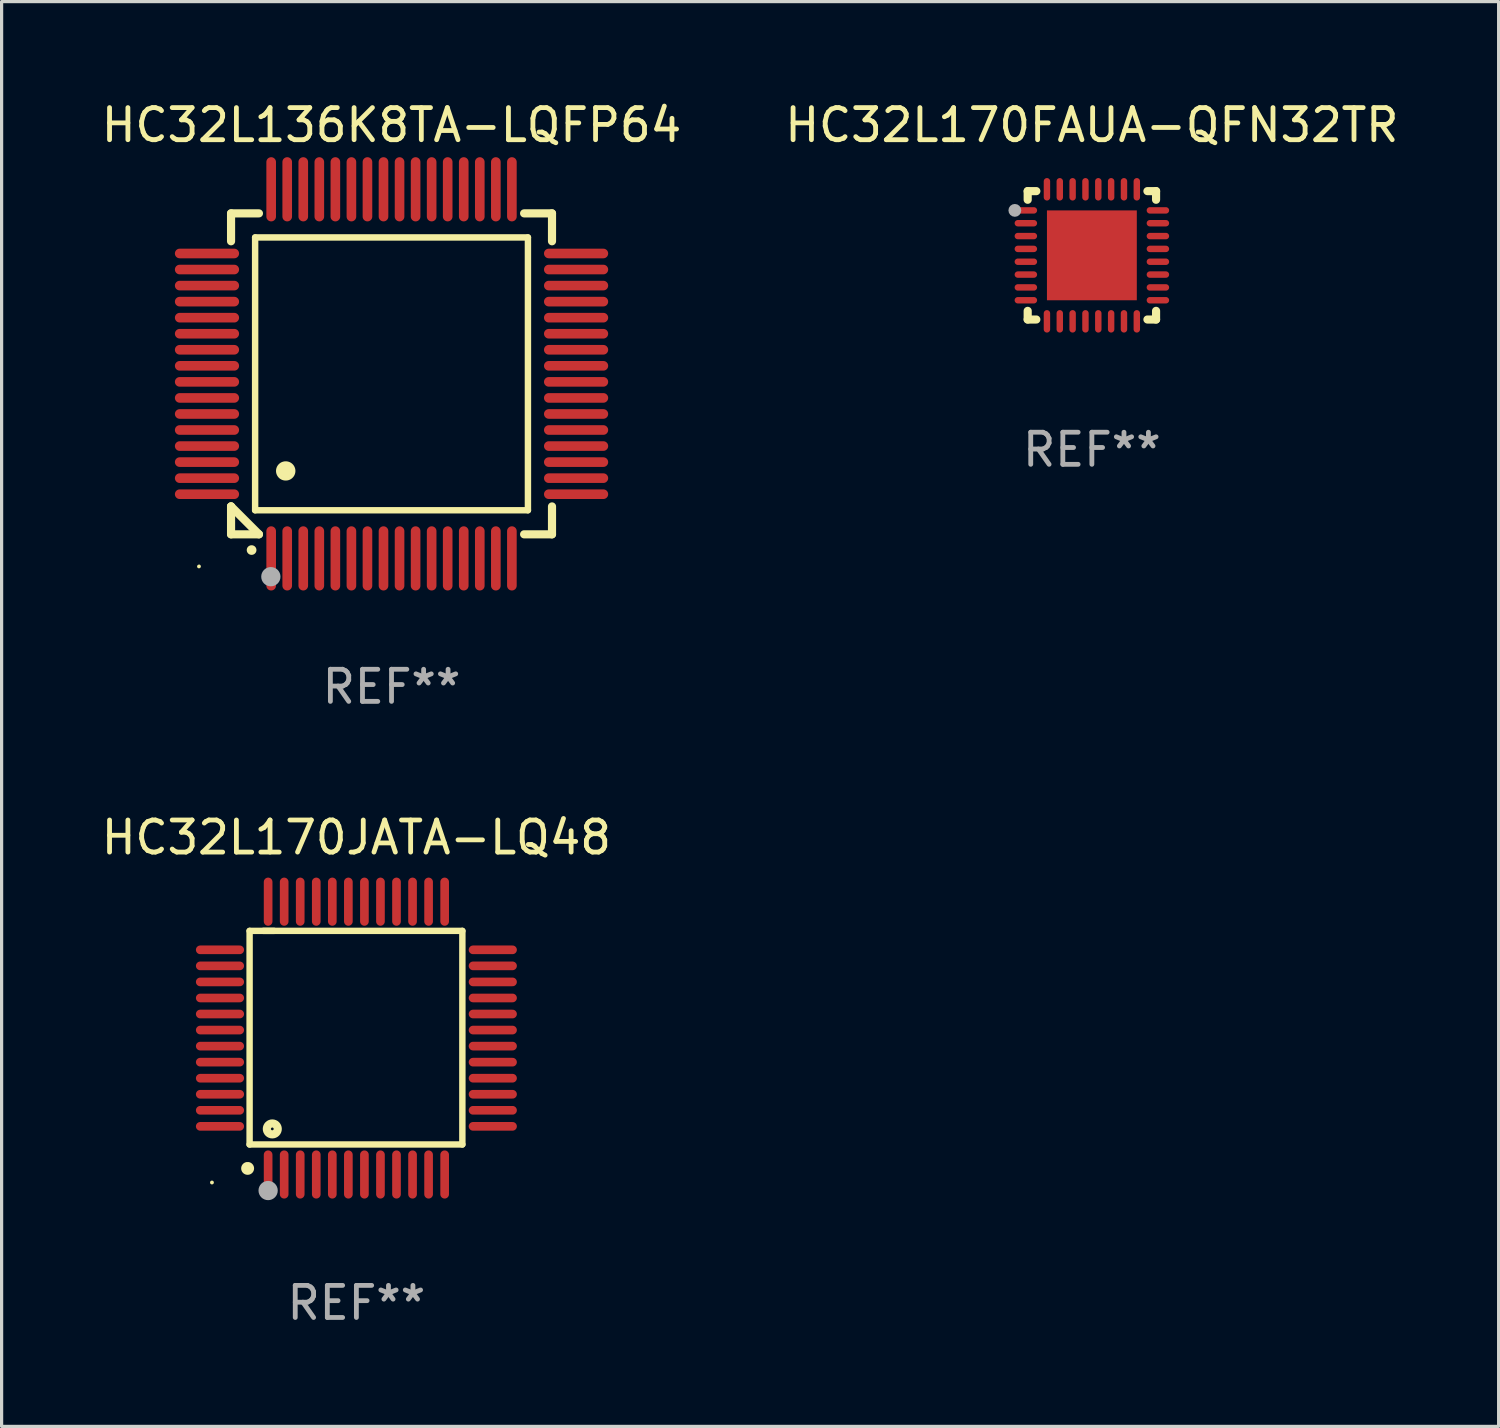
<source format=kicad_pcb>
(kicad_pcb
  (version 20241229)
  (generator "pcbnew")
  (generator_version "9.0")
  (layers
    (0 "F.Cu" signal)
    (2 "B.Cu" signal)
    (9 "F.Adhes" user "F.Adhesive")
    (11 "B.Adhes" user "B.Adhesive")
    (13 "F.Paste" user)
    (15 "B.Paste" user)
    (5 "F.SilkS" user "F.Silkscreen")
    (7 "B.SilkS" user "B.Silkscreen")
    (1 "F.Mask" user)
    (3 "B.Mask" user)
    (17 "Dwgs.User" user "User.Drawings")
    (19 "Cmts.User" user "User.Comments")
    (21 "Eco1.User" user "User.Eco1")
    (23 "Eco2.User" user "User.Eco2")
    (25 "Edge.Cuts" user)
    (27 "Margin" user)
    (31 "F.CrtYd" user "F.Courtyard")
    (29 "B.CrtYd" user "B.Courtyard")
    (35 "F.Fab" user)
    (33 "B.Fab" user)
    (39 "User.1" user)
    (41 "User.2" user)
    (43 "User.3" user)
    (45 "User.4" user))
  (footprint "HC32L170JATA-LQ48"
    (layer "F.Cu")
    (at 8.054 29.294)
    (property "Reference" "HC32L170JATA-LQ48" (at 0 -6.25 0) (layer "F.SilkS") (effects (font (size 1 1) (thickness 0.15))))
    (attr through_hole)
    (fp_line (start -3.327 -3.34) (end -2.565 -3.34) (stroke (width 0.2) (type solid)) (layer "F.SilkS"))
    (fp_line (start -3.327 3.315) (end -3.327 -3.34) (stroke (width 0.2) (type solid)) (layer "F.SilkS"))
    (fp_line (start -2.896 -3.34) (end 3.302 -3.34) (stroke (width 0.2) (type solid)) (layer "F.SilkS"))
    (fp_line (start 3.302 -3.34) (end 3.302 3.315) (stroke (width 0.2) (type solid)) (layer "F.SilkS"))
    (fp_line (start 3.302 3.315) (end -3.327 3.315) (stroke (width 0.2) (type solid)) (layer "F.SilkS"))
    (fp_arc (start -3.389992 4.059995) (mid -3.388722 4.059991) (end -3.387452 4.059995) (stroke (width 0.4) (type solid)) (layer "F.SilkS"))
    (fp_circle (center -4.5 4.5) (end -4.47 4.5) (stroke (width 0.06) (type solid)) (fill no) (layer "F.SilkS"))
    (fp_circle (center -2.62 2.83) (end -2.45 2.83) (stroke (width 0.254) (type solid)) (fill no) (layer "F.SilkS"))
    (fp_circle (center -2.75 4.75) (end -2.6 4.75) (stroke (width 0.3) (type solid)) (fill no) (layer "F.Fab"))
    (fp_text user "REF**" (at 0 8.25 0) (layer "F.Fab") (effects (font (size 1 1) (thickness 0.15))))
    (pad "1" smd oval (at -2.75 4.25) (size 0.27 1.5) (layers "F.Cu" "F.Mask" "F.Paste"))
    (pad "2" smd oval (at -2.25 4.25) (size 0.27 1.5) (layers "F.Cu" "F.Mask" "F.Paste"))
    (pad "3" smd oval (at -1.75 4.25) (size 0.27 1.5) (layers "F.Cu" "F.Mask" "F.Paste"))
    (pad "4" smd oval (at -1.25 4.25) (size 0.27 1.5) (layers "F.Cu" "F.Mask" "F.Paste"))
    (pad "5" smd oval (at -0.75 4.25) (size 0.27 1.5) (layers "F.Cu" "F.Mask" "F.Paste"))
    (pad "6" smd oval (at -0.25 4.25) (size 0.27 1.5) (layers "F.Cu" "F.Mask" "F.Paste"))
    (pad "7" smd oval (at 0.25 4.25) (size 0.27 1.5) (layers "F.Cu" "F.Mask" "F.Paste"))
    (pad "8" smd oval (at 0.75 4.25) (size 0.27 1.5) (layers "F.Cu" "F.Mask" "F.Paste"))
    (pad "9" smd oval (at 1.25 4.25) (size 0.27 1.5) (layers "F.Cu" "F.Mask" "F.Paste"))
    (pad "10" smd oval (at 1.75 4.25) (size 0.27 1.5) (layers "F.Cu" "F.Mask" "F.Paste"))
    (pad "11" smd oval (at 2.25 4.25) (size 0.27 1.5) (layers "F.Cu" "F.Mask" "F.Paste"))
    (pad "12" smd oval (at 2.75 4.25) (size 0.27 1.5) (layers "F.Cu" "F.Mask" "F.Paste"))
    (pad "13" smd oval (at 4.25 2.75) (size 1.5 0.27) (layers "F.Cu" "F.Mask" "F.Paste"))
    (pad "14" smd oval (at 4.25 2.25) (size 1.5 0.27) (layers "F.Cu" "F.Mask" "F.Paste"))
    (pad "15" smd oval (at 4.25 1.75) (size 1.5 0.27) (layers "F.Cu" "F.Mask" "F.Paste"))
    (pad "16" smd oval (at 4.25 1.25) (size 1.5 0.27) (layers "F.Cu" "F.Mask" "F.Paste"))
    (pad "17" smd oval (at 4.25 0.75) (size 1.5 0.27) (layers "F.Cu" "F.Mask" "F.Paste"))
    (pad "18" smd oval (at 4.25 0.25) (size 1.5 0.27) (layers "F.Cu" "F.Mask" "F.Paste"))
    (pad "19" smd oval (at 4.25 -0.25) (size 1.5 0.27) (layers "F.Cu" "F.Mask" "F.Paste"))
    (pad "20" smd oval (at 4.25 -0.75) (size 1.5 0.27) (layers "F.Cu" "F.Mask" "F.Paste"))
    (pad "21" smd oval (at 4.25 -1.25) (size 1.5 0.27) (layers "F.Cu" "F.Mask" "F.Paste"))
    (pad "22" smd oval (at 4.25 -1.75) (size 1.5 0.27) (layers "F.Cu" "F.Mask" "F.Paste"))
    (pad "23" smd oval (at 4.25 -2.25) (size 1.5 0.27) (layers "F.Cu" "F.Mask" "F.Paste"))
    (pad "24" smd oval (at 4.25 -2.75) (size 1.5 0.27) (layers "F.Cu" "F.Mask" "F.Paste"))
    (pad "25" smd oval (at 2.75 -4.25) (size 0.27 1.5) (layers "F.Cu" "F.Mask" "F.Paste"))
    (pad "26" smd oval (at 2.25 -4.25) (size 0.27 1.5) (layers "F.Cu" "F.Mask" "F.Paste"))
    (pad "27" smd oval (at 1.75 -4.25) (size 0.27 1.5) (layers "F.Cu" "F.Mask" "F.Paste"))
    (pad "28" smd oval (at 1.25 -4.25) (size 0.27 1.5) (layers "F.Cu" "F.Mask" "F.Paste"))
    (pad "29" smd oval (at 0.75 -4.25) (size 0.27 1.5) (layers "F.Cu" "F.Mask" "F.Paste"))
    (pad "30" smd oval (at 0.25 -4.25) (size 0.27 1.5) (layers "F.Cu" "F.Mask" "F.Paste"))
    (pad "31" smd oval (at -0.25 -4.25) (size 0.27 1.5) (layers "F.Cu" "F.Mask" "F.Paste"))
    (pad "32" smd oval (at -0.75 -4.25) (size 0.27 1.5) (layers "F.Cu" "F.Mask" "F.Paste"))
    (pad "33" smd oval (at -1.25 -4.25) (size 0.27 1.5) (layers "F.Cu" "F.Mask" "F.Paste"))
    (pad "34" smd oval (at -1.75 -4.25) (size 0.27 1.5) (layers "F.Cu" "F.Mask" "F.Paste"))
    (pad "35" smd oval (at -2.25 -4.25) (size 0.27 1.5) (layers "F.Cu" "F.Mask" "F.Paste"))
    (pad "36" smd oval (at -2.75 -4.25) (size 0.27 1.5) (layers "F.Cu" "F.Mask" "F.Paste"))
    (pad "37" smd oval (at -4.25 -2.75) (size 1.5 0.27) (layers "F.Cu" "F.Mask" "F.Paste"))
    (pad "38" smd oval (at -4.25 -2.25) (size 1.5 0.27) (layers "F.Cu" "F.Mask" "F.Paste"))
    (pad "39" smd oval (at -4.25 -1.75) (size 1.5 0.27) (layers "F.Cu" "F.Mask" "F.Paste"))
    (pad "40" smd oval (at -4.25 -1.25) (size 1.5 0.27) (layers "F.Cu" "F.Mask" "F.Paste"))
    (pad "41" smd oval (at -4.25 -0.75) (size 1.5 0.27) (layers "F.Cu" "F.Mask" "F.Paste"))
    (pad "42" smd oval (at -4.25 -0.25) (size 1.5 0.27) (layers "F.Cu" "F.Mask" "F.Paste"))
    (pad "43" smd oval (at -4.25 0.25) (size 1.5 0.27) (layers "F.Cu" "F.Mask" "F.Paste"))
    (pad "44" smd oval (at -4.25 0.75) (size 1.5 0.27) (layers "F.Cu" "F.Mask" "F.Paste"))
    (pad "45" smd oval (at -4.25 1.25) (size 1.5 0.27) (layers "F.Cu" "F.Mask" "F.Paste"))
    (pad "46" smd oval (at -4.25 1.75) (size 1.5 0.27) (layers "F.Cu" "F.Mask" "F.Paste"))
    (pad "47" smd oval (at -4.25 2.25) (size 1.5 0.27) (layers "F.Cu" "F.Mask" "F.Paste"))
    (pad "48" smd oval (at -4.25 2.75) (size 1.5 0.27) (layers "F.Cu" "F.Mask" "F.Paste")))
  (footprint "HC32L170FAUA-QFN32TR"
    (layer "F.Cu")
    (at 30.97 4.905)
    (property "Reference" "HC32L170FAUA-QFN32TR" (at 0 -4.057 0) (layer "F.SilkS") (effects (font (size 1 1) (thickness 0.15))))
    (attr through_hole)
    (fp_line (start -2 -2) (end -1.731 -2) (stroke (width 0.254) (type solid)) (layer "F.SilkS"))
    (fp_line (start -2 -1.731) (end -2 -2) (stroke (width 0.254) (type solid)) (layer "F.SilkS"))
    (fp_line (start -2 2) (end -2 1.731) (stroke (width 0.254) (type solid)) (layer "F.SilkS"))
    (fp_line (start -1.731 2) (end -2 2) (stroke (width 0.254) (type solid)) (layer "F.SilkS"))
    (fp_line (start 1.731 -2) (end 2 -2) (stroke (width 0.254) (type solid)) (layer "F.SilkS"))
    (fp_line (start 2 -2) (end 2 -1.731) (stroke (width 0.254) (type solid)) (layer "F.SilkS"))
    (fp_line (start 2 1.731) (end 2 2) (stroke (width 0.254) (type solid)) (layer "F.SilkS"))
    (fp_line (start 2 2) (end 1.731 2) (stroke (width 0.254) (type solid)) (layer "F.SilkS"))
    (fp_circle (center -2 -2) (end -1.97 -2) (stroke (width 0.06) (type solid)) (fill no) (layer "F.SilkS"))
    (fp_circle (center -2.4 -1.4) (end -2.3 -1.4) (stroke (width 0.2) (type solid)) (fill no) (layer "F.Fab"))
    (fp_text user "REF**" (at 0 6.057 0) (layer "F.Fab") (effects (font (size 1 1) (thickness 0.15))))
    (pad "1" smd oval (at -2.057 -1.4 270) (size 0.2 0.7) (layers "F.Cu" "F.Mask" "F.Paste"))
    (pad "2" smd oval (at -2.057 -1 270) (size 0.2 0.7) (layers "F.Cu" "F.Mask" "F.Paste"))
    (pad "3" smd oval (at -2.057 -0.6 270) (size 0.2 0.7) (layers "F.Cu" "F.Mask" "F.Paste"))
    (pad "4" smd oval (at -2.057 -0.2 270) (size 0.2 0.7) (layers "F.Cu" "F.Mask" "F.Paste"))
    (pad "5" smd oval (at -2.057 0.2 270) (size 0.2 0.7) (layers "F.Cu" "F.Mask" "F.Paste"))
    (pad "6" smd oval (at -2.057 0.6 270) (size 0.2 0.7) (layers "F.Cu" "F.Mask" "F.Paste"))
    (pad "7" smd oval (at -2.057 1 270) (size 0.2 0.7) (layers "F.Cu" "F.Mask" "F.Paste"))
    (pad "8" smd oval (at -2.057 1.4 270) (size 0.2 0.7) (layers "F.Cu" "F.Mask" "F.Paste"))
    (pad "9" smd oval (at -1.4 2.057 180) (size 0.2 0.7) (layers "F.Cu" "F.Mask" "F.Paste"))
    (pad "10" smd oval (at -1 2.057 180) (size 0.2 0.7) (layers "F.Cu" "F.Mask" "F.Paste"))
    (pad "11" smd oval (at -0.6 2.057 180) (size 0.2 0.7) (layers "F.Cu" "F.Mask" "F.Paste"))
    (pad "12" smd oval (at -0.2 2.057 180) (size 0.2 0.7) (layers "F.Cu" "F.Mask" "F.Paste"))
    (pad "13" smd oval (at 0.2 2.057 180) (size 0.2 0.7) (layers "F.Cu" "F.Mask" "F.Paste"))
    (pad "14" smd oval (at 0.6 2.057 180) (size 0.2 0.7) (layers "F.Cu" "F.Mask" "F.Paste"))
    (pad "15" smd oval (at 1 2.057 180) (size 0.2 0.7) (layers "F.Cu" "F.Mask" "F.Paste"))
    (pad "16" smd oval (at 1.4 2.057 180) (size 0.2 0.7) (layers "F.Cu" "F.Mask" "F.Paste"))
    (pad "17" smd oval (at 2.057 1.4 270) (size 0.2 0.7) (layers "F.Cu" "F.Mask" "F.Paste"))
    (pad "18" smd oval (at 2.057 1 270) (size 0.2 0.7) (layers "F.Cu" "F.Mask" "F.Paste"))
    (pad "19" smd oval (at 2.057 0.6 270) (size 0.2 0.7) (layers "F.Cu" "F.Mask" "F.Paste"))
    (pad "20" smd oval (at 2.057 0.2 270) (size 0.2 0.7) (layers "F.Cu" "F.Mask" "F.Paste"))
    (pad "21" smd oval (at 2.057 -0.2 270) (size 0.2 0.7) (layers "F.Cu" "F.Mask" "F.Paste"))
    (pad "22" smd oval (at 2.057 -0.6 270) (size 0.2 0.7) (layers "F.Cu" "F.Mask" "F.Paste"))
    (pad "23" smd oval (at 2.057 -1 270) (size 0.2 0.7) (layers "F.Cu" "F.Mask" "F.Paste"))
    (pad "24" smd oval (at 2.057 -1.4 270) (size 0.2 0.7) (layers "F.Cu" "F.Mask" "F.Paste"))
    (pad "25" smd oval (at 1.4 -2.057) (size 0.2 0.7) (layers "F.Cu" "F.Mask" "F.Paste"))
    (pad "26" smd oval (at 1 -2.057) (size 0.2 0.7) (layers "F.Cu" "F.Mask" "F.Paste"))
    (pad "27" smd oval (at 0.6 -2.057) (size 0.2 0.7) (layers "F.Cu" "F.Mask" "F.Paste"))
    (pad "28" smd oval (at 0.2 -2.057) (size 0.2 0.7) (layers "F.Cu" "F.Mask" "F.Paste"))
    (pad "29" smd oval (at -0.2 -2.057) (size 0.2 0.7) (layers "F.Cu" "F.Mask" "F.Paste"))
    (pad "30" smd oval (at -0.6 -2.057) (size 0.2 0.7) (layers "F.Cu" "F.Mask" "F.Paste"))
    (pad "31" smd oval (at -1 -2.057) (size 0.2 0.7) (layers "F.Cu" "F.Mask" "F.Paste"))
    (pad "32" smd oval (at -1.4 -2.057) (size 0.2 0.7) (layers "F.Cu" "F.Mask" "F.Paste"))
    (pad "33" smd rect (at 0 0.000381 180) (size 2.8 2.8) (layers "F.Cu" "F.Mask" "F.Paste")))
  (footprint "HC32L136K8TA-LQFP64"
    (layer "F.Cu")
    (at 9.149 8.598)
    (property "Reference" "HC32L136K8TA-LQFP64" (at 0 -7.75 0) (layer "F.SilkS") (effects (font (size 1 1) (thickness 0.15))))
    (attr through_hole)
    (fp_line (start -5 -5) (end -4.131 -5) (stroke (width 0.254) (type solid)) (layer "F.SilkS"))
    (fp_line (start -5 -4.131) (end -5 -5) (stroke (width 0.254) (type solid)) (layer "F.SilkS"))
    (fp_line (start -5 4.131) (end -5 4.131) (stroke (width 0.254) (type solid)) (layer "F.SilkS"))
    (fp_line (start -5 5) (end -5 4.131) (stroke (width 0.254) (type solid)) (layer "F.SilkS"))
    (fp_line (start -5 4.131) (end -4.131 5) (stroke (width 0.254) (type solid)) (layer "F.SilkS"))
    (fp_line (start -4.25 -4.25) (end -4.25 4.25) (stroke (width 0.2) (type solid)) (layer "F.SilkS"))
    (fp_line (start -4.25 4.25) (end 4.25 4.25) (stroke (width 0.2) (type solid)) (layer "F.SilkS"))
    (fp_line (start -4.131 5) (end -5 5) (stroke (width 0.254) (type solid)) (layer "F.SilkS"))
    (fp_line (start 4.25 -4.25) (end -4.25 -4.25) (stroke (width 0.2) (type solid)) (layer "F.SilkS"))
    (fp_line (start 4.25 4.25) (end 4.25 -4.25) (stroke (width 0.2) (type solid)) (layer "F.SilkS"))
    (fp_line (start 5 -5) (end 4.131 -5) (stroke (width 0.254) (type solid)) (layer "F.SilkS"))
    (fp_line (start 5 -5) (end 5 -4.131) (stroke (width 0.254) (type solid)) (layer "F.SilkS"))
    (fp_line (start 5 4.131) (end 5 5) (stroke (width 0.254) (type solid)) (layer "F.SilkS"))
    (fp_line (start 5 5) (end 4.131 5) (stroke (width 0.254) (type solid)) (layer "F.SilkS"))
    (fp_arc (start -4.361265 5.489992) (mid -4.359995 5.489987) (end -4.358725 5.489992) (stroke (width 0.3) (type solid)) (layer "F.SilkS"))
    (fp_arc (start -3.299467 3.025146) (mid -3.296927 3.025135) (end -3.294387 3.025146) (stroke (width 0.6) (type solid)) (layer "F.SilkS"))
    (fp_circle (center -6 6) (end -5.97 6) (stroke (width 0.06) (type solid)) (fill no) (layer "F.SilkS"))
    (fp_circle (center -3.76 6.32) (end -3.61 6.32) (stroke (width 0.3) (type solid)) (fill no) (layer "F.Fab"))
    (fp_text user "REF**" (at 0 9.75 0) (layer "F.Fab") (effects (font (size 1 1) (thickness 0.15))))
    (pad "1" smd oval (at -3.75 5.75) (size 0.3 2) (layers "F.Cu" "F.Mask" "F.Paste"))
    (pad "2" smd oval (at -3.25 5.75) (size 0.3 2) (layers "F.Cu" "F.Mask" "F.Paste"))
    (pad "3" smd oval (at -2.75 5.75) (size 0.3 2) (layers "F.Cu" "F.Mask" "F.Paste"))
    (pad "4" smd oval (at -2.25 5.75) (size 0.3 2) (layers "F.Cu" "F.Mask" "F.Paste"))
    (pad "5" smd oval (at -1.75 5.75) (size 0.3 2) (layers "F.Cu" "F.Mask" "F.Paste"))
    (pad "6" smd oval (at -1.25 5.75) (size 0.3 2) (layers "F.Cu" "F.Mask" "F.Paste"))
    (pad "7" smd oval (at -0.75 5.75) (size 0.3 2) (layers "F.Cu" "F.Mask" "F.Paste"))
    (pad "8" smd oval (at -0.25 5.75) (size 0.3 2) (layers "F.Cu" "F.Mask" "F.Paste"))
    (pad "9" smd oval (at 0.25 5.75) (size 0.3 2) (layers "F.Cu" "F.Mask" "F.Paste"))
    (pad "10" smd oval (at 0.75 5.75) (size 0.3 2) (layers "F.Cu" "F.Mask" "F.Paste"))
    (pad "11" smd oval (at 1.25 5.75) (size 0.3 2) (layers "F.Cu" "F.Mask" "F.Paste"))
    (pad "12" smd oval (at 1.75 5.75) (size 0.3 2) (layers "F.Cu" "F.Mask" "F.Paste"))
    (pad "13" smd oval (at 2.25 5.75) (size 0.3 2) (layers "F.Cu" "F.Mask" "F.Paste"))
    (pad "14" smd oval (at 2.75 5.75) (size 0.3 2) (layers "F.Cu" "F.Mask" "F.Paste"))
    (pad "15" smd oval (at 3.25 5.75) (size 0.3 2) (layers "F.Cu" "F.Mask" "F.Paste"))
    (pad "16" smd oval (at 3.75 5.75) (size 0.3 2) (layers "F.Cu" "F.Mask" "F.Paste"))
    (pad "17" smd oval (at 5.75 3.75) (size 2 0.3) (layers "F.Cu" "F.Mask" "F.Paste"))
    (pad "18" smd oval (at 5.75 3.25) (size 2 0.3) (layers "F.Cu" "F.Mask" "F.Paste"))
    (pad "19" smd oval (at 5.75 2.75) (size 2 0.3) (layers "F.Cu" "F.Mask" "F.Paste"))
    (pad "20" smd oval (at 5.75 2.25) (size 2 0.3) (layers "F.Cu" "F.Mask" "F.Paste"))
    (pad "21" smd oval (at 5.75 1.75) (size 2 0.3) (layers "F.Cu" "F.Mask" "F.Paste"))
    (pad "22" smd oval (at 5.75 1.25) (size 2 0.3) (layers "F.Cu" "F.Mask" "F.Paste"))
    (pad "23" smd oval (at 5.75 0.75) (size 2 0.3) (layers "F.Cu" "F.Mask" "F.Paste"))
    (pad "24" smd oval (at 5.75 0.25) (size 2 0.3) (layers "F.Cu" "F.Mask" "F.Paste"))
    (pad "25" smd oval (at 5.75 -0.25) (size 2 0.3) (layers "F.Cu" "F.Mask" "F.Paste"))
    (pad "26" smd oval (at 5.75 -0.75) (size 2 0.3) (layers "F.Cu" "F.Mask" "F.Paste"))
    (pad "27" smd oval (at 5.75 -1.25) (size 2 0.3) (layers "F.Cu" "F.Mask" "F.Paste"))
    (pad "28" smd oval (at 5.75 -1.75) (size 2 0.3) (layers "F.Cu" "F.Mask" "F.Paste"))
    (pad "29" smd oval (at 5.75 -2.25) (size 2 0.3) (layers "F.Cu" "F.Mask" "F.Paste"))
    (pad "30" smd oval (at 5.75 -2.75) (size 2 0.3) (layers "F.Cu" "F.Mask" "F.Paste"))
    (pad "31" smd oval (at 5.75 -3.25) (size 2 0.3) (layers "F.Cu" "F.Mask" "F.Paste"))
    (pad "32" smd oval (at 5.75 -3.75) (size 2 0.3) (layers "F.Cu" "F.Mask" "F.Paste"))
    (pad "33" smd oval (at 3.75 -5.75) (size 0.3 2) (layers "F.Cu" "F.Mask" "F.Paste"))
    (pad "34" smd oval (at 3.25 -5.75) (size 0.3 2) (layers "F.Cu" "F.Mask" "F.Paste"))
    (pad "35" smd oval (at 2.75 -5.75) (size 0.3 2) (layers "F.Cu" "F.Mask" "F.Paste"))
    (pad "36" smd oval (at 2.25 -5.75) (size 0.3 2) (layers "F.Cu" "F.Mask" "F.Paste"))
    (pad "37" smd oval (at 1.75 -5.75) (size 0.3 2) (layers "F.Cu" "F.Mask" "F.Paste"))
    (pad "38" smd oval (at 1.25 -5.75) (size 0.3 2) (layers "F.Cu" "F.Mask" "F.Paste"))
    (pad "39" smd oval (at 0.75 -5.75) (size 0.3 2) (layers "F.Cu" "F.Mask" "F.Paste"))
    (pad "40" smd oval (at 0.25 -5.75) (size 0.3 2) (layers "F.Cu" "F.Mask" "F.Paste"))
    (pad "41" smd oval (at -0.25 -5.75) (size 0.3 2) (layers "F.Cu" "F.Mask" "F.Paste"))
    (pad "42" smd oval (at -0.75 -5.75) (size 0.3 2) (layers "F.Cu" "F.Mask" "F.Paste"))
    (pad "43" smd oval (at -1.25 -5.75) (size 0.3 2) (layers "F.Cu" "F.Mask" "F.Paste"))
    (pad "44" smd oval (at -1.75 -5.75) (size 0.3 2) (layers "F.Cu" "F.Mask" "F.Paste"))
    (pad "45" smd oval (at -2.25 -5.75) (size 0.3 2) (layers "F.Cu" "F.Mask" "F.Paste"))
    (pad "46" smd oval (at -2.75 -5.75) (size 0.3 2) (layers "F.Cu" "F.Mask" "F.Paste"))
    (pad "47" smd oval (at -3.25 -5.75) (size 0.3 2) (layers "F.Cu" "F.Mask" "F.Paste"))
    (pad "48" smd oval (at -3.75 -5.75) (size 0.3 2) (layers "F.Cu" "F.Mask" "F.Paste"))
    (pad "49" smd oval (at -5.75 -3.75) (size 2 0.3) (layers "F.Cu" "F.Mask" "F.Paste"))
    (pad "50" smd oval (at -5.75 -3.25) (size 2 0.3) (layers "F.Cu" "F.Mask" "F.Paste"))
    (pad "51" smd oval (at -5.75 -2.75) (size 2 0.3) (layers "F.Cu" "F.Mask" "F.Paste"))
    (pad "52" smd oval (at -5.75 -2.25) (size 2 0.3) (layers "F.Cu" "F.Mask" "F.Paste"))
    (pad "53" smd oval (at -5.75 -1.75) (size 2 0.3) (layers "F.Cu" "F.Mask" "F.Paste"))
    (pad "54" smd oval (at -5.75 -1.25) (size 2 0.3) (layers "F.Cu" "F.Mask" "F.Paste"))
    (pad "55" smd oval (at -5.75 -0.75) (size 2 0.3) (layers "F.Cu" "F.Mask" "F.Paste"))
    (pad "56" smd oval (at -5.75 -0.25) (size 2 0.3) (layers "F.Cu" "F.Mask" "F.Paste"))
    (pad "57" smd oval (at -5.75 0.25) (size 2 0.3) (layers "F.Cu" "F.Mask" "F.Paste"))
    (pad "58" smd oval (at -5.75 0.75) (size 2 0.3) (layers "F.Cu" "F.Mask" "F.Paste"))
    (pad "59" smd oval (at -5.75 1.25) (size 2 0.3) (layers "F.Cu" "F.Mask" "F.Paste"))
    (pad "60" smd oval (at -5.75 1.75) (size 2 0.3) (layers "F.Cu" "F.Mask" "F.Paste"))
    (pad "61" smd oval (at -5.75 2.25) (size 2 0.3) (layers "F.Cu" "F.Mask" "F.Paste"))
    (pad "62" smd oval (at -5.75 2.75) (size 2 0.3) (layers "F.Cu" "F.Mask" "F.Paste"))
    (pad "63" smd oval (at -5.75 3.25) (size 2 0.3) (layers "F.Cu" "F.Mask" "F.Paste"))
    (pad "64" smd oval (at -5.75 3.75) (size 2 0.3) (layers "F.Cu" "F.Mask" "F.Paste")))
  (gr_rect
    (start -3 -3)
    (end 43.643 41.392)
    (stroke (width 0.1) (type default))
    (fill no)
    (layer "Edge.Cuts")))
</source>
